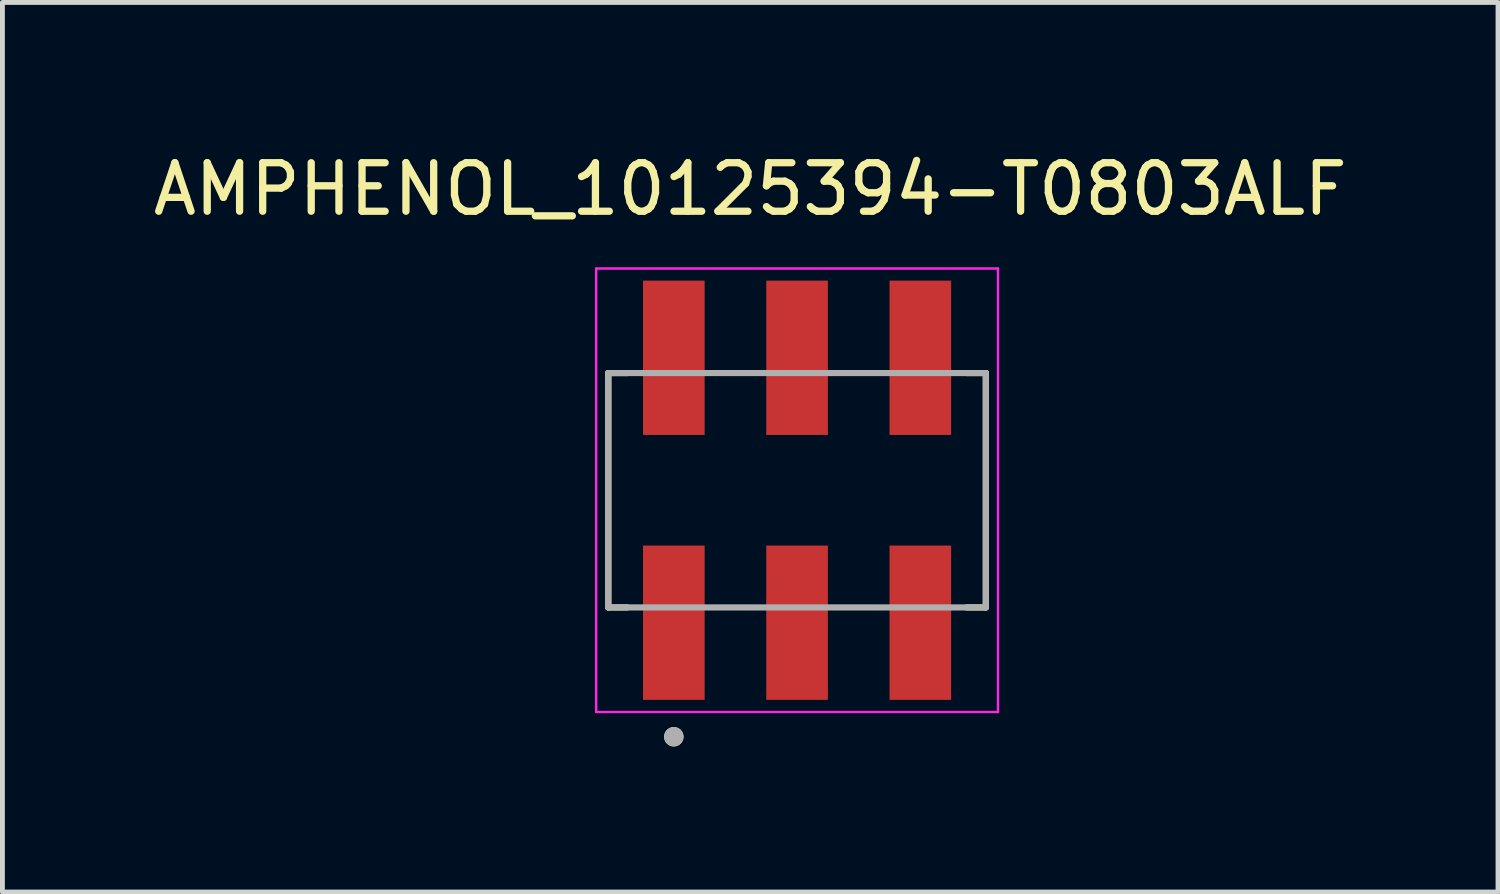
<source format=kicad_pcb>
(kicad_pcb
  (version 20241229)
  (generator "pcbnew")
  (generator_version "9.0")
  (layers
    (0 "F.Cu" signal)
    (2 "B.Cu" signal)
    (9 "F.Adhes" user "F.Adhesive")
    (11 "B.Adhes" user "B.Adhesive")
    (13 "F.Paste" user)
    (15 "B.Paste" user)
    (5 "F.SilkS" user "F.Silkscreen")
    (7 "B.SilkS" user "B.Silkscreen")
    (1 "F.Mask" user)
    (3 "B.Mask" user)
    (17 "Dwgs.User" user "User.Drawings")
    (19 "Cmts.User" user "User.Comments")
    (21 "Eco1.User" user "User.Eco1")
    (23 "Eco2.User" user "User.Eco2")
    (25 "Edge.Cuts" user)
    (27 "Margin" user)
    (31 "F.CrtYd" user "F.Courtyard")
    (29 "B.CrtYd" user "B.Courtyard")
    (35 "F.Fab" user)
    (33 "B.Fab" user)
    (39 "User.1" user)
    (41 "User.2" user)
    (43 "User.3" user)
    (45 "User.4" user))
  (footprint "AMPHENOL_10125394-T0803ALF"
    (layer "F.Cu")
    (at 13.376 7.053)
    (property "Reference" "AMPHENOL_10125394-T0803ALF" (at -0.965 -6.205 0) (layer "F.SilkS") (effects (font (size 1 1) (thickness 0.15))))
    (attr smd)
    (fp_line (start -3.89 -2.415) (end -3.495 -2.415) (stroke (width 0.127) (type solid)) (layer "F.SilkS"))
    (fp_line (start -3.89 2.415) (end -3.89 -2.415) (stroke (width 0.127) (type solid)) (layer "F.SilkS"))
    (fp_line (start -3.495 2.415) (end -3.89 2.415) (stroke (width 0.127) (type solid)) (layer "F.SilkS"))
    (fp_line (start 3.495 -2.415) (end 3.89 -2.415) (stroke (width 0.127) (type solid)) (layer "F.SilkS"))
    (fp_line (start 3.89 -2.415) (end 3.89 2.415) (stroke (width 0.127) (type solid)) (layer "F.SilkS"))
    (fp_line (start 3.89 2.415) (end 3.495 2.415) (stroke (width 0.127) (type solid)) (layer "F.SilkS"))
    (fp_circle (center -2.54 5.08) (end -2.44 5.08) (stroke (width 0.2) (type solid)) (fill no) (layer "F.SilkS"))
    (fp_line (start -4.14 -4.57) (end -4.14 4.57) (stroke (width 0.05) (type solid)) (layer "F.CrtYd"))
    (fp_line (start -4.14 4.57) (end 4.14 4.57) (stroke (width 0.05) (type solid)) (layer "F.CrtYd"))
    (fp_line (start 4.14 -4.57) (end -4.14 -4.57) (stroke (width 0.05) (type solid)) (layer "F.CrtYd"))
    (fp_line (start 4.14 4.57) (end 4.14 -4.57) (stroke (width 0.05) (type solid)) (layer "F.CrtYd"))
    (fp_line (start -3.89 -2.415) (end 3.89 -2.415) (stroke (width 0.127) (type solid)) (layer "F.Fab"))
    (fp_line (start -3.89 2.415) (end -3.89 -2.415) (stroke (width 0.127) (type solid)) (layer "F.Fab"))
    (fp_line (start 3.89 -2.415) (end 3.89 2.415) (stroke (width 0.127) (type solid)) (layer "F.Fab"))
    (fp_line (start 3.89 2.415) (end -3.89 2.415) (stroke (width 0.127) (type solid)) (layer "F.Fab"))
    (fp_circle (center -2.54 5.08) (end -2.44 5.08) (stroke (width 0.2) (type solid)) (fill no) (layer "F.Fab"))
    (pad "A01" smd rect (at -2.54 2.73) (size 1.27 3.18) (layers "F.Cu" "F.Mask" "F.Paste"))
    (pad "A02" smd rect (at 0 2.73) (size 1.27 3.18) (layers "F.Cu" "F.Mask" "F.Paste"))
    (pad "A03" smd rect (at 2.54 2.73) (size 1.27 3.18) (layers "F.Cu" "F.Mask" "F.Paste"))
    (pad "B01" smd rect (at -2.54 -2.73) (size 1.27 3.18) (layers "F.Cu" "F.Mask" "F.Paste"))
    (pad "B02" smd rect (at 0 -2.73) (size 1.27 3.18) (layers "F.Cu" "F.Mask" "F.Paste"))
    (pad "B03" smd rect (at 2.54 -2.73) (size 1.27 3.18) (layers "F.Cu" "F.Mask" "F.Paste")))
  (gr_rect
    (start -3 -3)
    (end 27.821 15.333)
    (stroke (width 0.1) (type default))
    (fill no)
    (layer "Edge.Cuts")))
</source>
